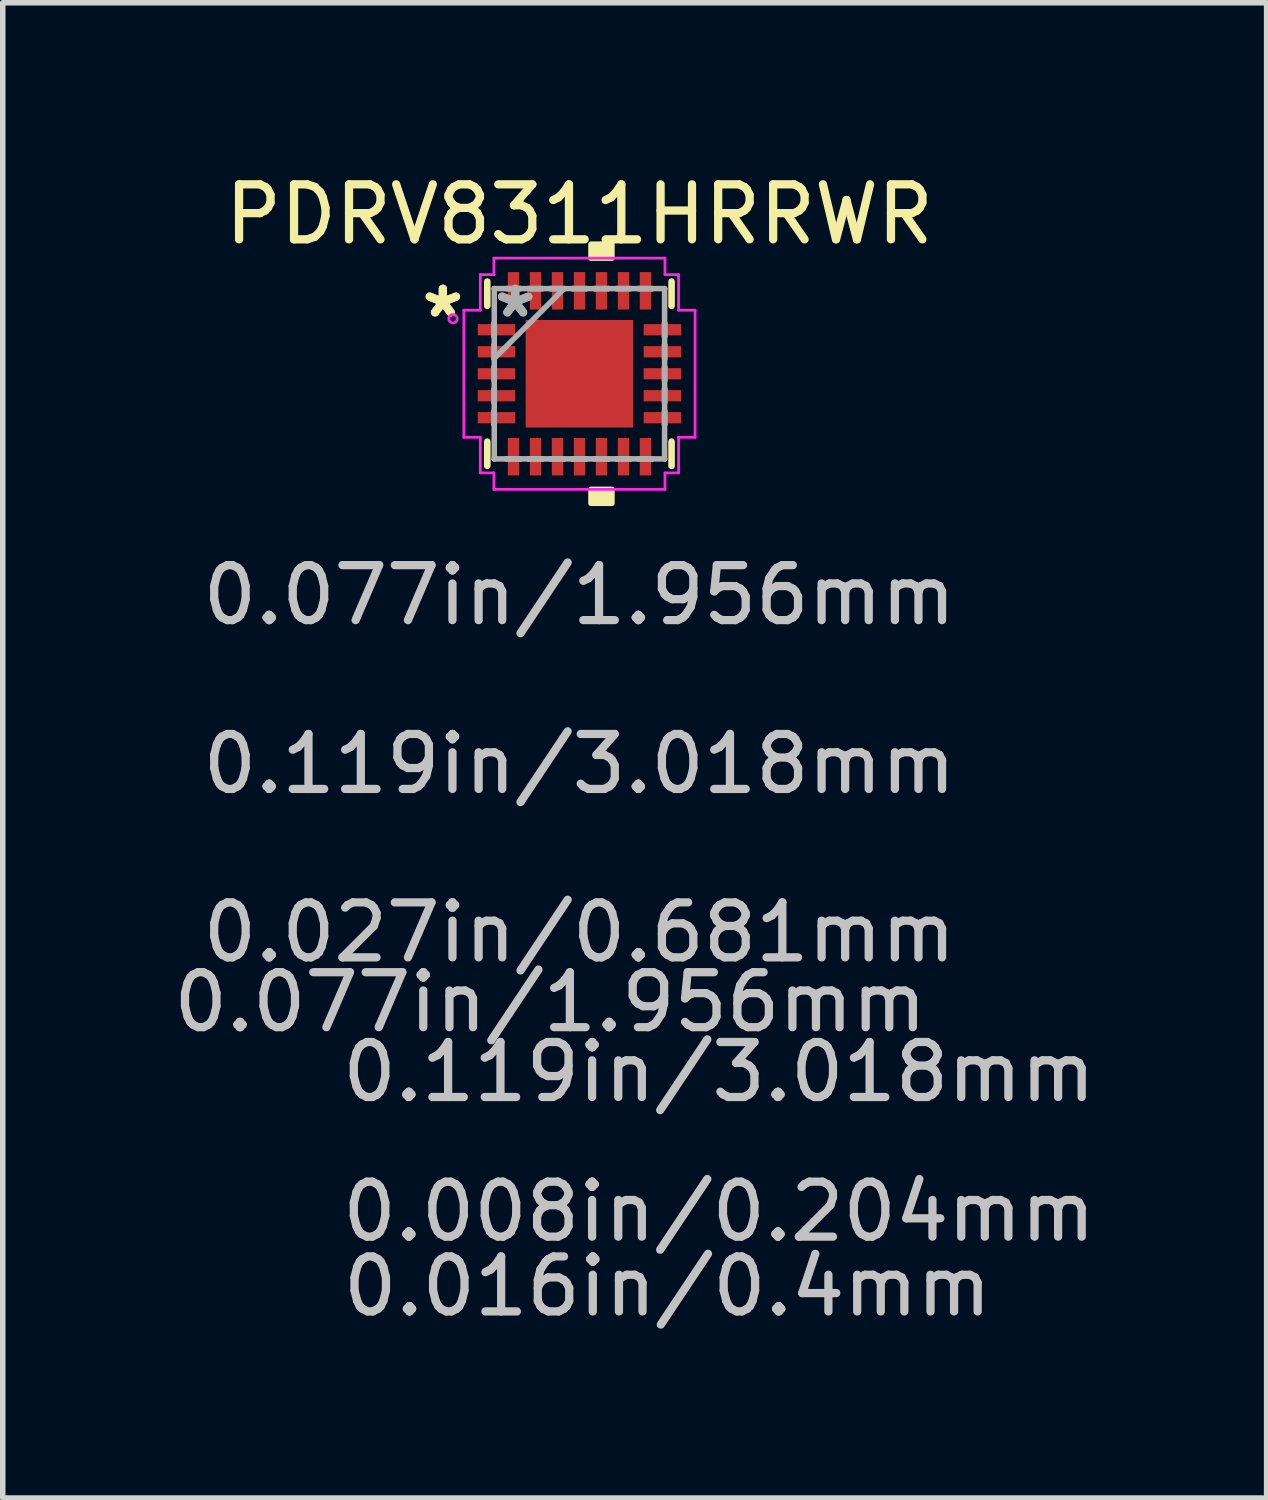
<source format=kicad_pcb>
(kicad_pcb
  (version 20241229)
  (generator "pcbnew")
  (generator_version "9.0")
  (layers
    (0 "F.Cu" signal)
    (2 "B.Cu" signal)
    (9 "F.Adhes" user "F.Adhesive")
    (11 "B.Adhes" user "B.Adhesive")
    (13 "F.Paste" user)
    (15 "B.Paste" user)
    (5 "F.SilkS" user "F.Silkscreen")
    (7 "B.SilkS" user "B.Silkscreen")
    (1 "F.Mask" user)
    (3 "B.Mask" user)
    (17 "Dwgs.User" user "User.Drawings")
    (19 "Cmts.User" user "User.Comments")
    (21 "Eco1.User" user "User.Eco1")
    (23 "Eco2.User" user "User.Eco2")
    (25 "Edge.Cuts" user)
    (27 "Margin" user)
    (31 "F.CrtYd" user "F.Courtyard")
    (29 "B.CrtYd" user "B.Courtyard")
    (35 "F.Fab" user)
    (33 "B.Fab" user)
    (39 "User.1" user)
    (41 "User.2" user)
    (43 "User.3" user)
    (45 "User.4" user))
  (footprint "PDRV8311HRRWR"
    (layer "F.Cu")
    (at 7.489 3.748)
    (property "Reference" "PDRV8311HRRWR" (at 0 -2.9 0) (layer "F.SilkS") (effects (font (size 1 1) (thickness 0.15))))
    (attr through_hole)
    (fp_line (start -1.676 -1.676) (end -1.676 -1.235) (stroke (width 0.12) (type solid)) (layer "F.SilkS"))
    (fp_line (start -1.676 1.235) (end -1.676 1.676) (stroke (width 0.12) (type solid)) (layer "F.SilkS"))
    (fp_line (start 1.676 -1.235) (end 1.676 -1.676) (stroke (width 0.12) (type solid)) (layer "F.SilkS"))
    (fp_line (start 1.676 1.676) (end 1.676 1.235) (stroke (width 0.12) (type solid)) (layer "F.SilkS"))
    (fp_poly (pts (xy 0.21 -2.103) (xy 0.21 -2.357) (xy 0.591 -2.357) (xy 0.591 -2.103)) (stroke (width 0.1) (type solid)) (fill yes) (layer "F.SilkS"))
    (fp_poly (pts (xy 0.21 2.103) (xy 0.21 2.357) (xy 0.591 2.357) (xy 0.591 2.103)) (stroke (width 0.1) (type solid)) (fill yes) (layer "F.SilkS"))
    (fp_line (start -2.103 -1.156) (end -1.803 -1.156) (stroke (width 0.05) (type solid)) (layer "F.CrtYd"))
    (fp_line (start -2.103 1.156) (end -2.103 -1.156) (stroke (width 0.05) (type solid)) (layer "F.CrtYd"))
    (fp_line (start -1.803 -1.803) (end -1.556 -1.803) (stroke (width 0.05) (type solid)) (layer "F.CrtYd"))
    (fp_line (start -1.803 -1.156) (end -1.803 -1.803) (stroke (width 0.05) (type solid)) (layer "F.CrtYd"))
    (fp_line (start -1.803 1.156) (end -2.103 1.156) (stroke (width 0.05) (type solid)) (layer "F.CrtYd"))
    (fp_line (start -1.803 1.803) (end -1.803 1.156) (stroke (width 0.05) (type solid)) (layer "F.CrtYd"))
    (fp_line (start -1.556 -2.103) (end 1.556 -2.103) (stroke (width 0.05) (type solid)) (layer "F.CrtYd"))
    (fp_line (start -1.556 -1.803) (end -1.556 -2.103) (stroke (width 0.05) (type solid)) (layer "F.CrtYd"))
    (fp_line (start -1.556 1.803) (end -1.803 1.803) (stroke (width 0.05) (type solid)) (layer "F.CrtYd"))
    (fp_line (start -1.556 2.103) (end -1.556 1.803) (stroke (width 0.05) (type solid)) (layer "F.CrtYd"))
    (fp_line (start 1.556 -2.103) (end 1.556 -1.803) (stroke (width 0.05) (type solid)) (layer "F.CrtYd"))
    (fp_line (start 1.556 -1.803) (end 1.803 -1.803) (stroke (width 0.05) (type solid)) (layer "F.CrtYd"))
    (fp_line (start 1.556 1.803) (end 1.556 2.103) (stroke (width 0.05) (type solid)) (layer "F.CrtYd"))
    (fp_line (start 1.556 2.103) (end -1.556 2.103) (stroke (width 0.05) (type solid)) (layer "F.CrtYd"))
    (fp_line (start 1.803 -1.803) (end 1.803 -1.156) (stroke (width 0.05) (type solid)) (layer "F.CrtYd"))
    (fp_line (start 1.803 -1.156) (end 2.103 -1.156) (stroke (width 0.05) (type solid)) (layer "F.CrtYd"))
    (fp_line (start 1.803 1.156) (end 1.803 1.803) (stroke (width 0.05) (type solid)) (layer "F.CrtYd"))
    (fp_line (start 1.803 1.803) (end 1.556 1.803) (stroke (width 0.05) (type solid)) (layer "F.CrtYd"))
    (fp_line (start 2.103 -1.156) (end 2.103 1.156) (stroke (width 0.05) (type solid)) (layer "F.CrtYd"))
    (fp_line (start 2.103 1.156) (end 1.803 1.156) (stroke (width 0.05) (type solid)) (layer "F.CrtYd"))
    (fp_circle (center -2.3 -1) (end -2.224 -1) (stroke (width 0.05) (type solid)) (fill no) (layer "F.CrtYd"))
    (fp_line (start -1.549 -1.549) (end -1.549 -1.549) (stroke (width 0.1) (type solid)) (layer "F.Fab"))
    (fp_line (start -1.549 -1.549) (end -1.549 1.549) (stroke (width 0.1) (type solid)) (layer "F.Fab"))
    (fp_line (start -1.549 -0.927) (end -1.549 -0.927) (stroke (width 0.1) (type solid)) (layer "F.Fab"))
    (fp_line (start -1.549 -0.927) (end -1.549 -0.673) (stroke (width 0.1) (type solid)) (layer "F.Fab"))
    (fp_line (start -1.549 -0.673) (end -1.549 -0.927) (stroke (width 0.1) (type solid)) (layer "F.Fab"))
    (fp_line (start -1.549 -0.673) (end -1.549 -0.673) (stroke (width 0.1) (type solid)) (layer "F.Fab"))
    (fp_line (start -1.549 -0.527) (end -1.549 -0.527) (stroke (width 0.1) (type solid)) (layer "F.Fab"))
    (fp_line (start -1.549 -0.527) (end -1.549 -0.273) (stroke (width 0.1) (type solid)) (layer "F.Fab"))
    (fp_line (start -1.549 -0.279) (end -0.279 -1.549) (stroke (width 0.1) (type solid)) (layer "F.Fab"))
    (fp_line (start -1.549 -0.273) (end -1.549 -0.527) (stroke (width 0.1) (type solid)) (layer "F.Fab"))
    (fp_line (start -1.549 -0.273) (end -1.549 -0.273) (stroke (width 0.1) (type solid)) (layer "F.Fab"))
    (fp_line (start -1.549 -0.127) (end -1.549 -0.127) (stroke (width 0.1) (type solid)) (layer "F.Fab"))
    (fp_line (start -1.549 -0.127) (end -1.549 0.127) (stroke (width 0.1) (type solid)) (layer "F.Fab"))
    (fp_line (start -1.549 0.127) (end -1.549 -0.127) (stroke (width 0.1) (type solid)) (layer "F.Fab"))
    (fp_line (start -1.549 0.127) (end -1.549 0.127) (stroke (width 0.1) (type solid)) (layer "F.Fab"))
    (fp_line (start -1.549 0.273) (end -1.549 0.273) (stroke (width 0.1) (type solid)) (layer "F.Fab"))
    (fp_line (start -1.549 0.273) (end -1.549 0.527) (stroke (width 0.1) (type solid)) (layer "F.Fab"))
    (fp_line (start -1.549 0.527) (end -1.549 0.273) (stroke (width 0.1) (type solid)) (layer "F.Fab"))
    (fp_line (start -1.549 0.527) (end -1.549 0.527) (stroke (width 0.1) (type solid)) (layer "F.Fab"))
    (fp_line (start -1.549 0.673) (end -1.549 0.673) (stroke (width 0.1) (type solid)) (layer "F.Fab"))
    (fp_line (start -1.549 0.673) (end -1.549 0.927) (stroke (width 0.1) (type solid)) (layer "F.Fab"))
    (fp_line (start -1.549 0.927) (end -1.549 0.673) (stroke (width 0.1) (type solid)) (layer "F.Fab"))
    (fp_line (start -1.549 0.927) (end -1.549 0.927) (stroke (width 0.1) (type solid)) (layer "F.Fab"))
    (fp_line (start -1.549 1.549) (end -1.549 1.549) (stroke (width 0.1) (type solid)) (layer "F.Fab"))
    (fp_line (start -1.549 1.549) (end 1.549 1.549) (stroke (width 0.1) (type solid)) (layer "F.Fab"))
    (fp_line (start -1.327 -1.549) (end -1.327 -1.549) (stroke (width 0.1) (type solid)) (layer "F.Fab"))
    (fp_line (start -1.327 -1.549) (end -1.073 -1.549) (stroke (width 0.1) (type solid)) (layer "F.Fab"))
    (fp_line (start -1.327 1.549) (end -1.327 1.549) (stroke (width 0.1) (type solid)) (layer "F.Fab"))
    (fp_line (start -1.327 1.549) (end -1.073 1.549) (stroke (width 0.1) (type solid)) (layer "F.Fab"))
    (fp_line (start -1.073 -1.549) (end -1.327 -1.549) (stroke (width 0.1) (type solid)) (layer "F.Fab"))
    (fp_line (start -1.073 -1.549) (end -1.073 -1.549) (stroke (width 0.1) (type solid)) (layer "F.Fab"))
    (fp_line (start -1.073 1.549) (end -1.327 1.549) (stroke (width 0.1) (type solid)) (layer "F.Fab"))
    (fp_line (start -1.073 1.549) (end -1.073 1.549) (stroke (width 0.1) (type solid)) (layer "F.Fab"))
    (fp_line (start -0.927 -1.549) (end -0.927 -1.549) (stroke (width 0.1) (type solid)) (layer "F.Fab"))
    (fp_line (start -0.927 -1.549) (end -0.673 -1.549) (stroke (width 0.1) (type solid)) (layer "F.Fab"))
    (fp_line (start -0.927 1.549) (end -0.927 1.549) (stroke (width 0.1) (type solid)) (layer "F.Fab"))
    (fp_line (start -0.927 1.549) (end -0.673 1.549) (stroke (width 0.1) (type solid)) (layer "F.Fab"))
    (fp_line (start -0.673 -1.549) (end -0.927 -1.549) (stroke (width 0.1) (type solid)) (layer "F.Fab"))
    (fp_line (start -0.673 -1.549) (end -0.673 -1.549) (stroke (width 0.1) (type solid)) (layer "F.Fab"))
    (fp_line (start -0.673 1.549) (end -0.927 1.549) (stroke (width 0.1) (type solid)) (layer "F.Fab"))
    (fp_line (start -0.673 1.549) (end -0.673 1.549) (stroke (width 0.1) (type solid)) (layer "F.Fab"))
    (fp_line (start -0.527 -1.549) (end -0.527 -1.549) (stroke (width 0.1) (type solid)) (layer "F.Fab"))
    (fp_line (start -0.527 -1.549) (end -0.273 -1.549) (stroke (width 0.1) (type solid)) (layer "F.Fab"))
    (fp_line (start -0.527 1.549) (end -0.527 1.549) (stroke (width 0.1) (type solid)) (layer "F.Fab"))
    (fp_line (start -0.527 1.549) (end -0.273 1.549) (stroke (width 0.1) (type solid)) (layer "F.Fab"))
    (fp_line (start -0.273 -1.549) (end -0.527 -1.549) (stroke (width 0.1) (type solid)) (layer "F.Fab"))
    (fp_line (start -0.273 -1.549) (end -0.273 -1.549) (stroke (width 0.1) (type solid)) (layer "F.Fab"))
    (fp_line (start -0.273 1.549) (end -0.527 1.549) (stroke (width 0.1) (type solid)) (layer "F.Fab"))
    (fp_line (start -0.273 1.549) (end -0.273 1.549) (stroke (width 0.1) (type solid)) (layer "F.Fab"))
    (fp_line (start -0.127 -1.549) (end -0.127 -1.549) (stroke (width 0.1) (type solid)) (layer "F.Fab"))
    (fp_line (start -0.127 -1.549) (end 0.127 -1.549) (stroke (width 0.1) (type solid)) (layer "F.Fab"))
    (fp_line (start -0.127 1.549) (end -0.127 1.549) (stroke (width 0.1) (type solid)) (layer "F.Fab"))
    (fp_line (start -0.127 1.549) (end 0.127 1.549) (stroke (width 0.1) (type solid)) (layer "F.Fab"))
    (fp_line (start 0.127 -1.549) (end -0.127 -1.549) (stroke (width 0.1) (type solid)) (layer "F.Fab"))
    (fp_line (start 0.127 -1.549) (end 0.127 -1.549) (stroke (width 0.1) (type solid)) (layer "F.Fab"))
    (fp_line (start 0.127 1.549) (end -0.127 1.549) (stroke (width 0.1) (type solid)) (layer "F.Fab"))
    (fp_line (start 0.127 1.549) (end 0.127 1.549) (stroke (width 0.1) (type solid)) (layer "F.Fab"))
    (fp_line (start 0.273 -1.549) (end 0.273 -1.549) (stroke (width 0.1) (type solid)) (layer "F.Fab"))
    (fp_line (start 0.273 -1.549) (end 0.527 -1.549) (stroke (width 0.1) (type solid)) (layer "F.Fab"))
    (fp_line (start 0.273 1.549) (end 0.273 1.549) (stroke (width 0.1) (type solid)) (layer "F.Fab"))
    (fp_line (start 0.273 1.549) (end 0.527 1.549) (stroke (width 0.1) (type solid)) (layer "F.Fab"))
    (fp_line (start 0.527 -1.549) (end 0.273 -1.549) (stroke (width 0.1) (type solid)) (layer "F.Fab"))
    (fp_line (start 0.527 -1.549) (end 0.527 -1.549) (stroke (width 0.1) (type solid)) (layer "F.Fab"))
    (fp_line (start 0.527 1.549) (end 0.273 1.549) (stroke (width 0.1) (type solid)) (layer "F.Fab"))
    (fp_line (start 0.527 1.549) (end 0.527 1.549) (stroke (width 0.1) (type solid)) (layer "F.Fab"))
    (fp_line (start 0.673 -1.549) (end 0.673 -1.549) (stroke (width 0.1) (type solid)) (layer "F.Fab"))
    (fp_line (start 0.673 -1.549) (end 0.927 -1.549) (stroke (width 0.1) (type solid)) (layer "F.Fab"))
    (fp_line (start 0.673 1.549) (end 0.673 1.549) (stroke (width 0.1) (type solid)) (layer "F.Fab"))
    (fp_line (start 0.673 1.549) (end 0.927 1.549) (stroke (width 0.1) (type solid)) (layer "F.Fab"))
    (fp_line (start 0.927 -1.549) (end 0.673 -1.549) (stroke (width 0.1) (type solid)) (layer "F.Fab"))
    (fp_line (start 0.927 -1.549) (end 0.927 -1.549) (stroke (width 0.1) (type solid)) (layer "F.Fab"))
    (fp_line (start 0.927 1.549) (end 0.673 1.549) (stroke (width 0.1) (type solid)) (layer "F.Fab"))
    (fp_line (start 0.927 1.549) (end 0.927 1.549) (stroke (width 0.1) (type solid)) (layer "F.Fab"))
    (fp_line (start 1.073 -1.549) (end 1.073 -1.549) (stroke (width 0.1) (type solid)) (layer "F.Fab"))
    (fp_line (start 1.073 -1.549) (end 1.327 -1.549) (stroke (width 0.1) (type solid)) (layer "F.Fab"))
    (fp_line (start 1.073 1.549) (end 1.073 1.549) (stroke (width 0.1) (type solid)) (layer "F.Fab"))
    (fp_line (start 1.073 1.549) (end 1.327 1.549) (stroke (width 0.1) (type solid)) (layer "F.Fab"))
    (fp_line (start 1.327 -1.549) (end 1.073 -1.549) (stroke (width 0.1) (type solid)) (layer "F.Fab"))
    (fp_line (start 1.327 -1.549) (end 1.327 -1.549) (stroke (width 0.1) (type solid)) (layer "F.Fab"))
    (fp_line (start 1.327 1.549) (end 1.073 1.549) (stroke (width 0.1) (type solid)) (layer "F.Fab"))
    (fp_line (start 1.327 1.549) (end 1.327 1.549) (stroke (width 0.1) (type solid)) (layer "F.Fab"))
    (fp_line (start 1.549 -1.549) (end -1.549 -1.549) (stroke (width 0.1) (type solid)) (layer "F.Fab"))
    (fp_line (start 1.549 -1.549) (end 1.549 -1.549) (stroke (width 0.1) (type solid)) (layer "F.Fab"))
    (fp_line (start 1.549 -0.927) (end 1.549 -0.927) (stroke (width 0.1) (type solid)) (layer "F.Fab"))
    (fp_line (start 1.549 -0.927) (end 1.549 -0.673) (stroke (width 0.1) (type solid)) (layer "F.Fab"))
    (fp_line (start 1.549 -0.673) (end 1.549 -0.927) (stroke (width 0.1) (type solid)) (layer "F.Fab"))
    (fp_line (start 1.549 -0.673) (end 1.549 -0.673) (stroke (width 0.1) (type solid)) (layer "F.Fab"))
    (fp_line (start 1.549 -0.527) (end 1.549 -0.527) (stroke (width 0.1) (type solid)) (layer "F.Fab"))
    (fp_line (start 1.549 -0.527) (end 1.549 -0.273) (stroke (width 0.1) (type solid)) (layer "F.Fab"))
    (fp_line (start 1.549 -0.273) (end 1.549 -0.527) (stroke (width 0.1) (type solid)) (layer "F.Fab"))
    (fp_line (start 1.549 -0.273) (end 1.549 -0.273) (stroke (width 0.1) (type solid)) (layer "F.Fab"))
    (fp_line (start 1.549 -0.127) (end 1.549 -0.127) (stroke (width 0.1) (type solid)) (layer "F.Fab"))
    (fp_line (start 1.549 -0.127) (end 1.549 0.127) (stroke (width 0.1) (type solid)) (layer "F.Fab"))
    (fp_line (start 1.549 0.127) (end 1.549 -0.127) (stroke (width 0.1) (type solid)) (layer "F.Fab"))
    (fp_line (start 1.549 0.127) (end 1.549 0.127) (stroke (width 0.1) (type solid)) (layer "F.Fab"))
    (fp_line (start 1.549 0.273) (end 1.549 0.273) (stroke (width 0.1) (type solid)) (layer "F.Fab"))
    (fp_line (start 1.549 0.273) (end 1.549 0.527) (stroke (width 0.1) (type solid)) (layer "F.Fab"))
    (fp_line (start 1.549 0.527) (end 1.549 0.273) (stroke (width 0.1) (type solid)) (layer "F.Fab"))
    (fp_line (start 1.549 0.527) (end 1.549 0.527) (stroke (width 0.1) (type solid)) (layer "F.Fab"))
    (fp_line (start 1.549 0.673) (end 1.549 0.673) (stroke (width 0.1) (type solid)) (layer "F.Fab"))
    (fp_line (start 1.549 0.673) (end 1.549 0.927) (stroke (width 0.1) (type solid)) (layer "F.Fab"))
    (fp_line (start 1.549 0.927) (end 1.549 0.673) (stroke (width 0.1) (type solid)) (layer "F.Fab"))
    (fp_line (start 1.549 0.927) (end 1.549 0.927) (stroke (width 0.1) (type solid)) (layer "F.Fab"))
    (fp_line (start 1.549 1.549) (end 1.549 -1.549) (stroke (width 0.1) (type solid)) (layer "F.Fab"))
    (fp_line (start 1.549 1.549) (end 1.549 1.549) (stroke (width 0.1) (type solid)) (layer "F.Fab"))
    (fp_text user "*" (at -2.484 -1 0) (layer "F.SilkS") (effects (font (size 1 1) (thickness 0.15))))
    (fp_text user "*" (at -2.484 -1 0) (layer "F.SilkS") (effects (font (size 1 1) (thickness 0.15))))
    (fp_text user "0.027in/0.681mm" (at 0 10.16 0) (layer "Dwgs.User") (effects (font (size 1 1) (thickness 0.15))))
    (fp_text user "0.119in/3.018mm" (at 0 7.097 0) (layer "Dwgs.User") (effects (font (size 1 1) (thickness 0.15))))
    (fp_text user "0.077in/1.956mm" (at 0 4.026 0) (layer "Dwgs.User") (effects (font (size 1 1) (thickness 0.15))))
    (fp_text user "0.119in/3.018mm" (at 2.54 12.7 0) (layer "Dwgs.User") (effects (font (size 1 1) (thickness 0.15))))
    (fp_text user "0.077in/1.956mm" (at -0.531 11.43 0) (layer "Dwgs.User") (effects (font (size 1 1) (thickness 0.15))))
    (fp_text user "0.008in/0.204mm" (at 2.54 15.24 0) (layer "Dwgs.User") (effects (font (size 1 1) (thickness 0.15))))
    (fp_text user "0.016in/0.4mm" (at 1.6 16.6 0) (layer "Dwgs.User") (effects (font (size 1 1) (thickness 0.15))))
    (fp_text user "*" (at -1.168 -1 0) (layer "F.Fab") (effects (font (size 1 1) (thickness 0.15))))
    (fp_text user "*" (at -1.168 -1 0) (layer "F.Fab") (effects (font (size 1 1) (thickness 0.15))))
    (pad "1" smd rect (at -1.509 -0.8 90) (size 0.204 0.681) (layers "F.Cu" "F.Mask" "F.Paste"))
    (pad "2" smd rect (at -1.509 -0.4 90) (size 0.204 0.681) (layers "F.Cu" "F.Mask" "F.Paste"))
    (pad "3" smd rect (at -1.509 0 90) (size 0.204 0.681) (layers "F.Cu" "F.Mask" "F.Paste"))
    (pad "4" smd rect (at -1.509 0.4 90) (size 0.204 0.681) (layers "F.Cu" "F.Mask" "F.Paste"))
    (pad "5" smd rect (at -1.509 0.8 90) (size 0.204 0.681) (layers "F.Cu" "F.Mask" "F.Paste"))
    (pad "6" smd rect (at -1.2 1.509) (size 0.204 0.681) (layers "F.Cu" "F.Mask" "F.Paste"))
    (pad "7" smd rect (at -0.8 1.509) (size 0.204 0.681) (layers "F.Cu" "F.Mask" "F.Paste"))
    (pad "8" smd rect (at -0.4 1.509) (size 0.204 0.681) (layers "F.Cu" "F.Mask" "F.Paste"))
    (pad "9" smd rect (at 0 1.509) (size 0.204 0.681) (layers "F.Cu" "F.Mask" "F.Paste"))
    (pad "10" smd rect (at 0.4 1.509) (size 0.204 0.681) (layers "F.Cu" "F.Mask" "F.Paste"))
    (pad "11" smd rect (at 0.8 1.509) (size 0.204 0.681) (layers "F.Cu" "F.Mask" "F.Paste"))
    (pad "12" smd rect (at 1.2 1.509) (size 0.204 0.681) (layers "F.Cu" "F.Mask" "F.Paste"))
    (pad "13" smd rect (at 1.509 0.8 90) (size 0.204 0.681) (layers "F.Cu" "F.Mask" "F.Paste"))
    (pad "14" smd rect (at 1.509 0.4 90) (size 0.204 0.681) (layers "F.Cu" "F.Mask" "F.Paste"))
    (pad "15" smd rect (at 1.509 0 90) (size 0.204 0.681) (layers "F.Cu" "F.Mask" "F.Paste"))
    (pad "16" smd rect (at 1.509 -0.4 90) (size 0.204 0.681) (layers "F.Cu" "F.Mask" "F.Paste"))
    (pad "17" smd rect (at 1.509 -0.8 90) (size 0.204 0.681) (layers "F.Cu" "F.Mask" "F.Paste"))
    (pad "18" smd rect (at 1.2 -1.509) (size 0.204 0.681) (layers "F.Cu" "F.Mask" "F.Paste"))
    (pad "19" smd rect (at 0.8 -1.509) (size 0.204 0.681) (layers "F.Cu" "F.Mask" "F.Paste"))
    (pad "20" smd rect (at 0.4 -1.509) (size 0.204 0.681) (layers "F.Cu" "F.Mask" "F.Paste"))
    (pad "21" smd rect (at 0 -1.509) (size 0.204 0.681) (layers "F.Cu" "F.Mask" "F.Paste"))
    (pad "22" smd rect (at -0.4 -1.509) (size 0.204 0.681) (layers "F.Cu" "F.Mask" "F.Paste"))
    (pad "23" smd rect (at -0.8 -1.509) (size 0.204 0.681) (layers "F.Cu" "F.Mask" "F.Paste"))
    (pad "24" smd rect (at -1.2 -1.509) (size 0.204 0.681) (layers "F.Cu" "F.Mask" "F.Paste"))
    (pad "25" smd rect (at 0 0) (size 1.956 1.956) (layers "F.Cu" "F.Mask" "F.Paste")))
  (gr_rect
    (start -3 -3)
    (end 19.988 24.197)
    (stroke (width 0.1) (type default))
    (fill no)
    (layer "Edge.Cuts")))
</source>
